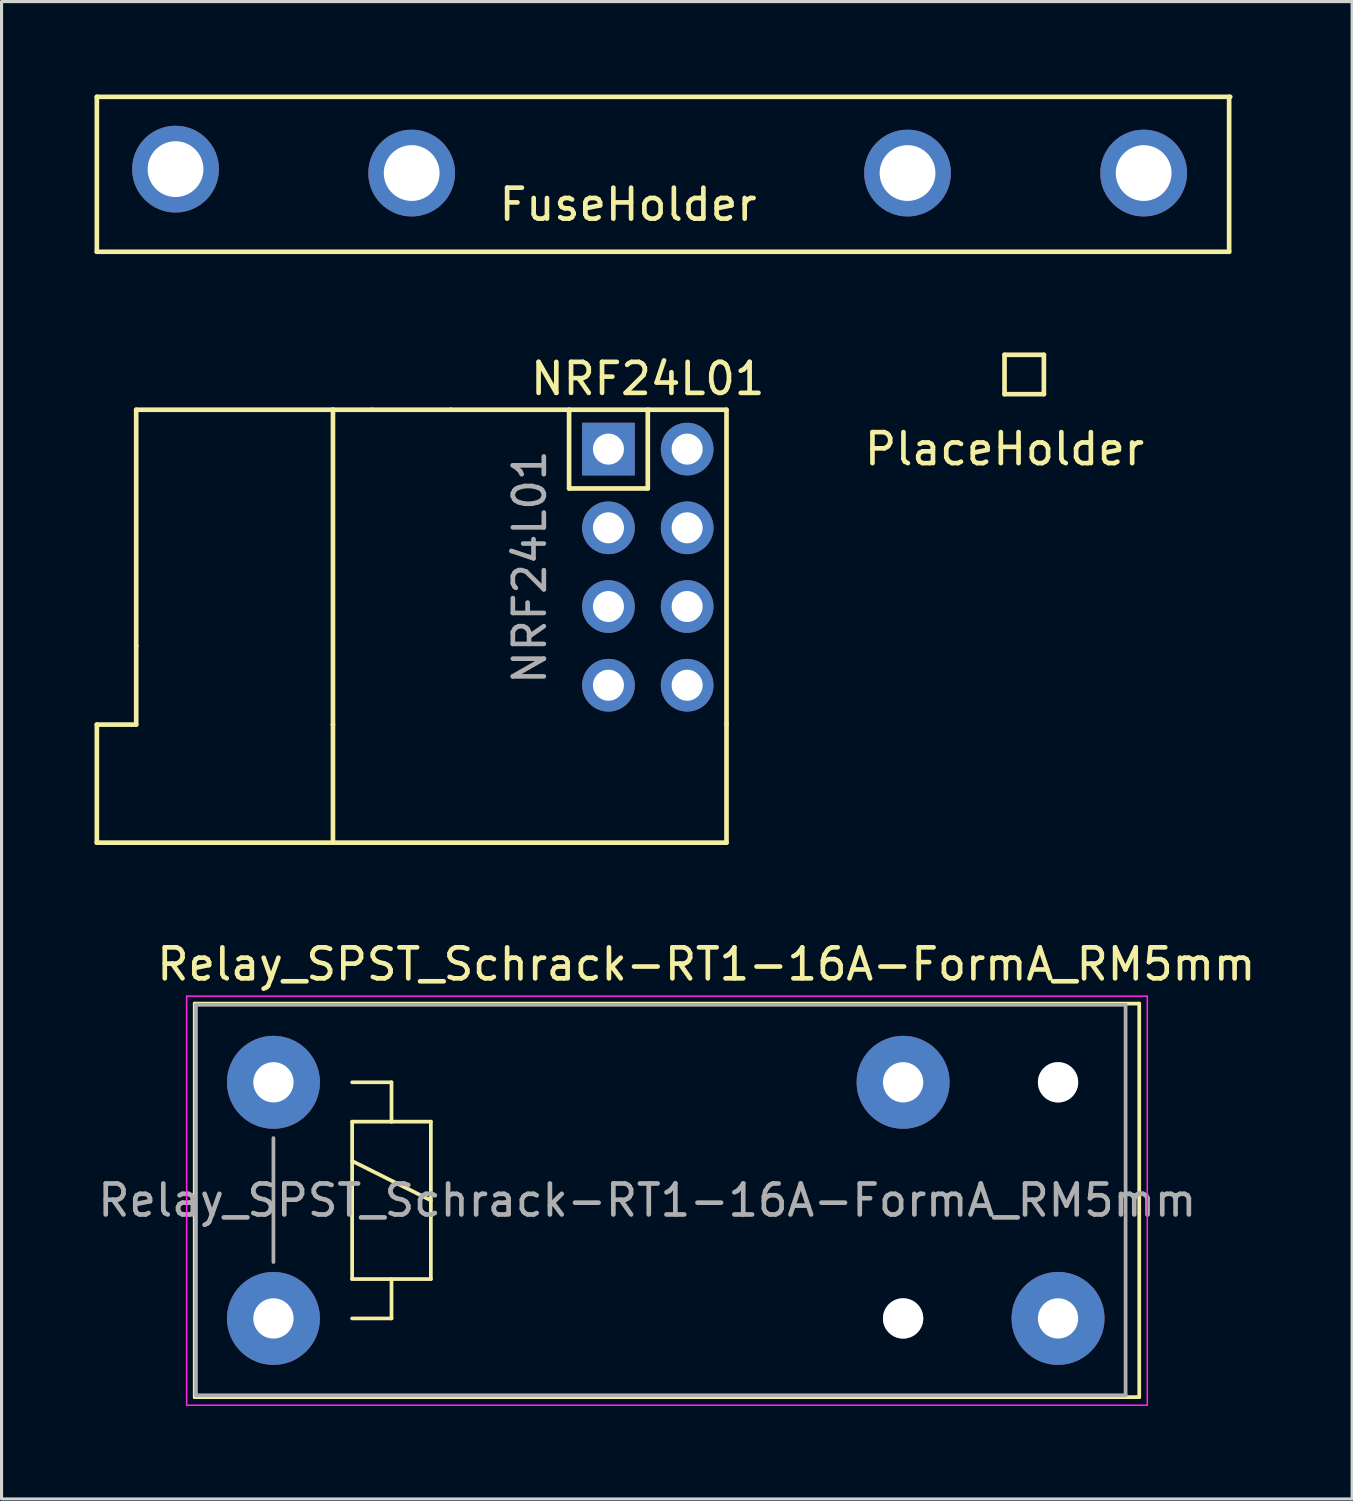
<source format=kicad_pcb>
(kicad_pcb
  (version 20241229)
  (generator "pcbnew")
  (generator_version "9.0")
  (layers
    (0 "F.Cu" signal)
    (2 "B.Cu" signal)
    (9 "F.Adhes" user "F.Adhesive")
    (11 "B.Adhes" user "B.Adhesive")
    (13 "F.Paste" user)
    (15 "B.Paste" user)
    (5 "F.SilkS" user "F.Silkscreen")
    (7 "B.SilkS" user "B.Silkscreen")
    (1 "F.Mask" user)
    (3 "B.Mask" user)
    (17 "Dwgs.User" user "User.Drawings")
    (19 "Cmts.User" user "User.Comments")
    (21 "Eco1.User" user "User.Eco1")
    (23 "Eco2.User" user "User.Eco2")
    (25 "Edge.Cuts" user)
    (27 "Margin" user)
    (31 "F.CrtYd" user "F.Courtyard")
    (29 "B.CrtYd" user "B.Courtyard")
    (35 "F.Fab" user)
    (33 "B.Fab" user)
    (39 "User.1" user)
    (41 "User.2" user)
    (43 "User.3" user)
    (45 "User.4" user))
  (footprint "PlaceHolder"
    (layer "F.Cu")
    (at 29.367 10.94)
    (property "Reference" "PlaceHolder" (at 0 0.5 0) (layer "F.SilkS") (effects (font (size 1 1) (thickness 0.15))))
    (attr through_hole)
    (fp_line (start 0 -2.54) (end 1.27 -2.54) (stroke (width 0.15) (type solid)) (layer "F.SilkS"))
    (fp_line (start 0 -1.27) (end 0 -2.54) (stroke (width 0.15) (type solid)) (layer "F.SilkS"))
    (fp_line (start 1.27 -2.54) (end 1.27 -1.27) (stroke (width 0.15) (type solid)) (layer "F.SilkS"))
    (fp_line (start 1.27 -1.27) (end 0 -1.27) (stroke (width 0.15) (type solid)) (layer "F.SilkS")))
  (footprint "NRF24L01"
    (layer "F.Cu")
    (at 16.585 11.443)
    (property "Reference" "NRF24L01" (at 1.27 -2.27 0) (layer "F.SilkS") (effects (font (size 1 1) (thickness 0.15))))
    (attr through_hole)
    (fp_line (start -16.51 8.89) (end -15.24 8.89) (stroke (width 0.15) (type solid)) (layer "F.SilkS"))
    (fp_line (start -16.51 12.7) (end -16.51 8.89) (stroke (width 0.15) (type solid)) (layer "F.SilkS"))
    (fp_line (start -15.24 -1.27) (end -15.24 6.35) (stroke (width 0.15) (type solid)) (layer "F.SilkS"))
    (fp_line (start -15.24 8.89) (end -15.24 6.35) (stroke (width 0.15) (type solid)) (layer "F.SilkS"))
    (fp_line (start -8.89 -1.27) (end -15.24 -1.27) (stroke (width 0.15) (type solid)) (layer "F.SilkS"))
    (fp_line (start -8.89 -1.27) (end -8.89 8.89) (stroke (width 0.15) (type solid)) (layer "F.SilkS"))
    (fp_line (start -8.89 12.7) (end -8.89 8.89) (stroke (width 0.15) (type solid)) (layer "F.SilkS"))
    (fp_line (start -7.62 -1.27) (end -8.89 -1.27) (stroke (width 0.15) (type solid)) (layer "F.SilkS"))
    (fp_line (start -5.08 -1.27) (end -7.62 -1.27) (stroke (width 0.15) (type solid)) (layer "F.SilkS"))
    (fp_line (start -1.27 -1.27) (end -1.27 1.27) (stroke (width 0.15) (type solid)) (layer "F.SilkS"))
    (fp_line (start -1.27 1.27) (end 1.27 1.27) (stroke (width 0.15) (type solid)) (layer "F.SilkS"))
    (fp_line (start 1.27 1.27) (end 1.27 -1.27) (stroke (width 0.15) (type solid)) (layer "F.SilkS"))
    (fp_line (start 3.81 -1.27) (end -5.08 -1.27) (stroke (width 0.15) (type solid)) (layer "F.SilkS"))
    (fp_line (start 3.81 8.89) (end 3.81 -1.27) (stroke (width 0.15) (type solid)) (layer "F.SilkS"))
    (fp_line (start 3.81 8.89) (end 3.81 12.7) (stroke (width 0.15) (type solid)) (layer "F.SilkS"))
    (fp_line (start 3.81 12.7) (end -16.51 12.7) (stroke (width 0.15) (type solid)) (layer "F.SilkS"))
    (fp_line (start -0.32 -0.32) (end -0.32 0.32) (stroke (width 0.1) (type solid)) (layer "F.Fab"))
    (fp_line (start -0.32 2.22) (end -0.32 2.86) (stroke (width 0.1) (type solid)) (layer "F.Fab"))
    (fp_line (start -0.32 4.76) (end -0.32 5.4) (stroke (width 0.1) (type solid)) (layer "F.Fab"))
    (fp_line (start -0.32 7.3) (end -0.32 7.94) (stroke (width 0.1) (type solid)) (layer "F.Fab"))
    (fp_text user "${REFERENCE}" (at -2.54 3.81 90) (layer "F.Fab") (effects (font (size 1 1) (thickness 0.15))))
    (pad "1" thru_hole rect (at 0 0) (size 1.7 1.7) (drill 1) (layers "*.Cu" "*.Mask"))
    (pad "2" thru_hole oval (at 2.54 0) (size 1.7 1.7) (drill 1) (layers "*.Cu" "*.Mask"))
    (pad "3" thru_hole oval (at 0 2.54) (size 1.7 1.7) (drill 1) (layers "*.Cu" "*.Mask"))
    (pad "4" thru_hole oval (at 2.54 2.54) (size 1.7 1.7) (drill 1) (layers "*.Cu" "*.Mask"))
    (pad "5" thru_hole oval (at 0 5.08) (size 1.7 1.7) (drill 1) (layers "*.Cu" "*.Mask"))
    (pad "6" thru_hole oval (at 2.54 5.08) (size 1.7 1.7) (drill 1) (layers "*.Cu" "*.Mask"))
    (pad "7" thru_hole oval (at 0 7.62) (size 1.7 1.7) (drill 1) (layers "*.Cu" "*.Mask"))
    (pad "8" thru_hole oval (at 2.54 7.62) (size 1.7 1.7) (drill 1) (layers "*.Cu" "*.Mask")))
  (footprint "Relay_SPST_Schrack-RT1-16A-FormA_RM5mm"
    (layer "F.Cu")
    (at 5.774 31.877)
    (property "Reference" "Relay_SPST_Schrack-RT1-16A-FormA_RM5mm" (at 13.97 -3.81 0) (layer "F.SilkS") (effects (font (size 1 1) (thickness 0.15))))
    (attr through_hole)
    (fp_line (start -2.54 -2.54) (end 27.94 -2.54) (stroke (width 0.12) (type solid)) (layer "F.SilkS"))
    (fp_line (start -2.54 10.16) (end -2.54 -2.54) (stroke (width 0.12) (type solid)) (layer "F.SilkS"))
    (fp_line (start 2.54 0) (end 3.81 0) (stroke (width 0.12) (type solid)) (layer "F.SilkS"))
    (fp_line (start 2.54 1.27) (end 3.81 1.27) (stroke (width 0.12) (type solid)) (layer "F.SilkS"))
    (fp_line (start 2.54 2.54) (end 5.08 3.81) (stroke (width 0.12) (type solid)) (layer "F.SilkS"))
    (fp_line (start 2.54 6.35) (end 2.54 1.27) (stroke (width 0.12) (type solid)) (layer "F.SilkS"))
    (fp_line (start 3.81 0) (end 3.81 1.27) (stroke (width 0.12) (type solid)) (layer "F.SilkS"))
    (fp_line (start 3.81 1.27) (end 5.08 1.27) (stroke (width 0.12) (type solid)) (layer "F.SilkS"))
    (fp_line (start 3.81 6.35) (end 3.81 7.62) (stroke (width 0.12) (type solid)) (layer "F.SilkS"))
    (fp_line (start 3.81 7.62) (end 2.54 7.62) (stroke (width 0.12) (type solid)) (layer "F.SilkS"))
    (fp_line (start 5.08 1.27) (end 5.08 6.35) (stroke (width 0.12) (type solid)) (layer "F.SilkS"))
    (fp_line (start 5.08 6.35) (end 2.54 6.35) (stroke (width 0.12) (type solid)) (layer "F.SilkS"))
    (fp_line (start 27.94 -2.54) (end 27.94 10.16) (stroke (width 0.12) (type solid)) (layer "F.SilkS"))
    (fp_line (start 27.94 10.16) (end -2.54 10.16) (stroke (width 0.12) (type solid)) (layer "F.SilkS"))
    (fp_line (start -2.8 -2.78) (end 28.2 -2.78) (stroke (width 0.05) (type solid)) (layer "F.CrtYd"))
    (fp_line (start -2.8 10.42) (end -2.8 -2.78) (stroke (width 0.05) (type solid)) (layer "F.CrtYd"))
    (fp_line (start 28.2 -2.78) (end 28.2 10.42) (stroke (width 0.05) (type solid)) (layer "F.CrtYd"))
    (fp_line (start 28.2 10.42) (end -2.8 10.42) (stroke (width 0.05) (type solid)) (layer "F.CrtYd"))
    (fp_line (start -2.5 -2.5) (end 27.5 -2.5) (stroke (width 0.12) (type solid)) (layer "F.Fab"))
    (fp_line (start -2.5 10.1) (end -2.5 -2.5) (stroke (width 0.12) (type solid)) (layer "F.Fab"))
    (fp_line (start 0 1.8) (end 0 5.8) (stroke (width 0.12) (type solid)) (layer "F.Fab"))
    (fp_line (start 27.5 -2.5) (end 27.5 10.1) (stroke (width 0.12) (type solid)) (layer "F.Fab"))
    (fp_line (start 27.5 10.1) (end -2.5 10.1) (stroke (width 0.12) (type solid)) (layer "F.Fab"))
    (fp_text user "${REFERENCE}" (at 12.065 3.81 0) (layer "F.Fab") (effects (font (size 1 1) (thickness 0.15))))
    (pad "" thru_hole circle (at 20.32 7.62) (size 1.3 1.3) (drill 1.3) (layers "*.Cu" "*.Mask"))
    (pad "" thru_hole circle (at 25.32 0) (size 1.3 1.3) (drill 1.3) (layers "*.Cu" "*.Mask"))
    (pad "11" thru_hole circle (at 20.32 0) (size 3 3) (drill 1.3) (layers "*.Cu" "*.Mask"))
    (pad "14" thru_hole circle (at 25.32 7.62) (size 3 3) (drill 1.3) (layers "*.Cu" "*.Mask"))
    (pad "A1" thru_hole circle (at 0 0) (size 3 3) (drill 1.3) (layers "*.Cu" "*.Mask"))
    (pad "A2" thru_hole circle (at 0 7.62) (size 3 3) (drill 1.3) (layers "*.Cu" "*.Mask")))
  (footprint "FuseHolder"
    (layer "F.Cu")
    (at 2.615 5.075)
    (property "Reference" "FuseHolder" (at 14.605 -1.524 0) (layer "F.SilkS") (effects (font (size 1 1) (thickness 0.15))))
    (attr through_hole)
    (fp_line (start -2.54 -5) (end -2.54 0) (stroke (width 0.15) (type solid)) (layer "F.SilkS"))
    (fp_line (start -2.54 -5) (end 34.036 -5) (stroke (width 0.15) (type solid)) (layer "F.SilkS"))
    (fp_line (start 34 -5) (end 34 0) (stroke (width 0.15) (type solid)) (layer "F.SilkS"))
    (fp_line (start 34 0) (end -2.54 0) (stroke (width 0.15) (type solid)) (layer "F.SilkS"))
    (pad "1" thru_hole circle (at 0 -2.667) (size 2.8 2.8) (drill 1.8) (layers "*.Cu" "*.Mask"))
    (pad "1" thru_hole circle (at 7.62 -2.54) (size 2.8 2.8) (drill 1.8) (layers "*.Cu" "*.Mask"))
    (pad "2" thru_hole circle (at 23.622 -2.54) (size 2.8 2.8) (drill 1.8) (layers "*.Cu" "*.Mask"))
    (pad "2" thru_hole circle (at 31.242 -2.54 90) (size 2.8 2.8) (drill 1.8) (layers "*.Cu" "*.Mask")))
  (gr_rect
    (start -3 -3)
    (end 40.584 45.322)
    (stroke (width 0.1) (type default))
    (fill no)
    (layer "Edge.Cuts")))
</source>
